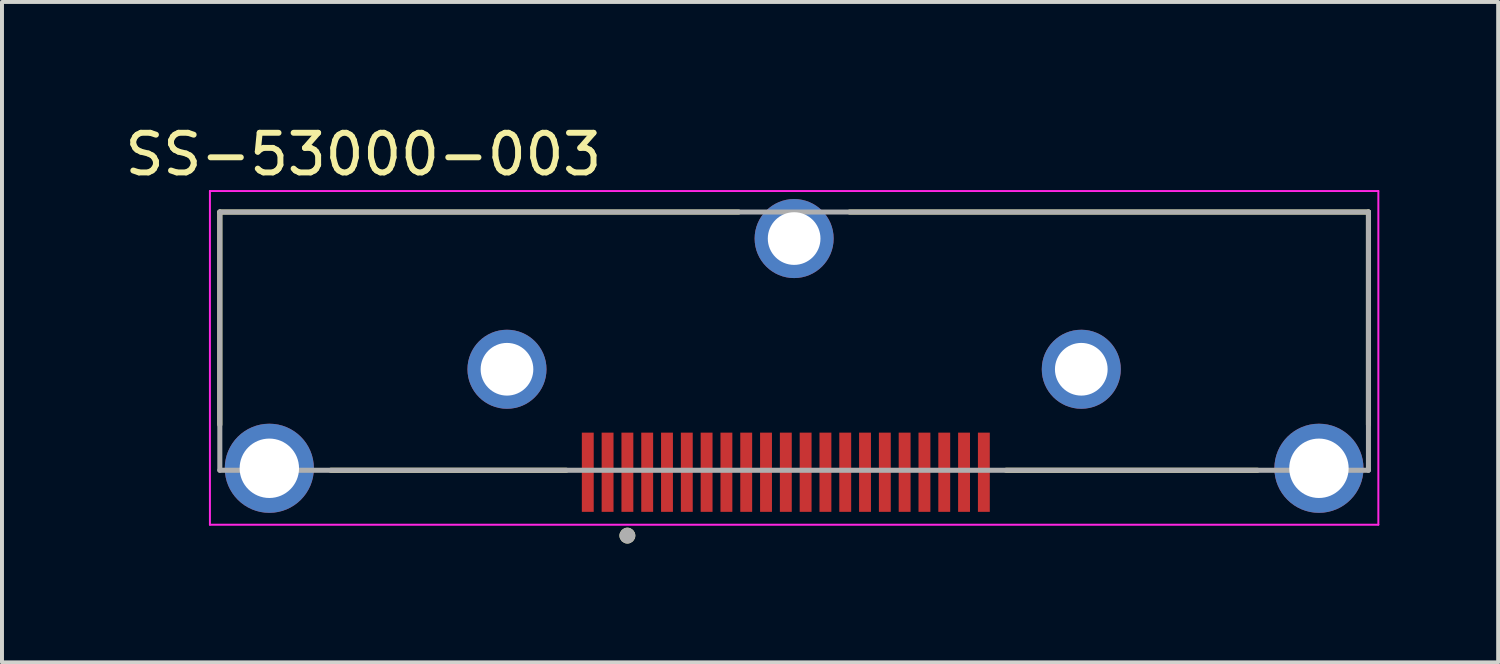
<source format=kicad_pcb>
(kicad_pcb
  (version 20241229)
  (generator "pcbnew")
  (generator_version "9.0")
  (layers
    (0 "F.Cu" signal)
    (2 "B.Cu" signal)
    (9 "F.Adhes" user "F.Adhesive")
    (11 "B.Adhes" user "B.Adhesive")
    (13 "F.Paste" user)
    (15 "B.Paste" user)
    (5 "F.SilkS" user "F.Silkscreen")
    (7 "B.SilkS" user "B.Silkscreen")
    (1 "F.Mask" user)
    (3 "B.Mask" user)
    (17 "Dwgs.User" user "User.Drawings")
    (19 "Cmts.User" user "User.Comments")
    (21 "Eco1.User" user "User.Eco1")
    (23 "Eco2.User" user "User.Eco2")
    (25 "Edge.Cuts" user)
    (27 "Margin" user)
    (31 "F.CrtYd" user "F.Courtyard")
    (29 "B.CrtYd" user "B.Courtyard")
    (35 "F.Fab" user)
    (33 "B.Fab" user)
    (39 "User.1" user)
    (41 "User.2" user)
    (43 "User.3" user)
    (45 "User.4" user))
  (footprint "SS-53000-003"
    (layer "F.Cu")
    (at 17 8.873)
    (property "Reference" "SS-53000-003" (at -10.875 -8.025 0) (layer "F.SilkS") (effects (font (size 1 1) (thickness 0.15))))
    (attr through_hole)
    (fp_line (start -14.5 -6.57) (end -1.4 -6.57) (stroke (width 0.127) (type solid)) (layer "F.SilkS"))
    (fp_line (start -14.5 -1.2) (end -14.5 -6.57) (stroke (width 0.127) (type solid)) (layer "F.SilkS"))
    (fp_line (start -11.7 -0.05) (end -5.75 -0.05) (stroke (width 0.127) (type solid)) (layer "F.SilkS"))
    (fp_line (start 1.4 -6.57) (end 14.5 -6.57) (stroke (width 0.127) (type solid)) (layer "F.SilkS"))
    (fp_line (start 5.35 -0.05) (end 11.7 -0.05) (stroke (width 0.127) (type solid)) (layer "F.SilkS"))
    (fp_line (start 14.5 -6.57) (end 14.5 -1.2) (stroke (width 0.127) (type solid)) (layer "F.SilkS"))
    (fp_circle (center -4.21 1.6) (end -4.11 1.6) (stroke (width 0.2) (type solid)) (fill no) (layer "F.SilkS"))
    (fp_line (start -14.75 -7.1) (end 14.75 -7.1) (stroke (width 0.05) (type solid)) (layer "F.CrtYd"))
    (fp_line (start -14.75 1.325) (end -14.75 -7.1) (stroke (width 0.05) (type solid)) (layer "F.CrtYd"))
    (fp_line (start 14.75 -7.1) (end 14.75 1.325) (stroke (width 0.05) (type solid)) (layer "F.CrtYd"))
    (fp_line (start 14.75 1.325) (end -14.75 1.325) (stroke (width 0.05) (type solid)) (layer "F.CrtYd"))
    (fp_line (start -14.5 -6.57) (end 14.5 -6.57) (stroke (width 0.127) (type solid)) (layer "F.Fab"))
    (fp_line (start -14.5 -0.05) (end -14.5 -6.57) (stroke (width 0.127) (type solid)) (layer "F.Fab"))
    (fp_line (start 14.5 -6.57) (end 14.5 -0.05) (stroke (width 0.127) (type solid)) (layer "F.Fab"))
    (fp_line (start 14.5 -0.05) (end -14.5 -0.05) (stroke (width 0.127) (type solid)) (layer "F.Fab"))
    (fp_circle (center -4.21 1.6) (end -4.11 1.6) (stroke (width 0.2) (type solid)) (fill no) (layer "F.Fab"))
    (pad "1" smd rect (at -4.21 0) (size 0.3 2) (layers "F.Cu" "F.Mask" "F.Paste"))
    (pad "2" smd rect (at -3.71 0) (size 0.3 2) (layers "F.Cu" "F.Mask" "F.Paste"))
    (pad "3" smd rect (at -3.21 0) (size 0.3 2) (layers "F.Cu" "F.Mask" "F.Paste"))
    (pad "4" smd rect (at -2.71 0) (size 0.3 2) (layers "F.Cu" "F.Mask" "F.Paste"))
    (pad "5" smd rect (at -2.21 0) (size 0.3 2) (layers "F.Cu" "F.Mask" "F.Paste"))
    (pad "6" smd rect (at -1.71 0) (size 0.3 2) (layers "F.Cu" "F.Mask" "F.Paste"))
    (pad "7" smd rect (at -1.21 0) (size 0.3 2) (layers "F.Cu" "F.Mask" "F.Paste"))
    (pad "8" smd rect (at -0.71 0) (size 0.3 2) (layers "F.Cu" "F.Mask" "F.Paste"))
    (pad "9" smd rect (at -0.21 0) (size 0.3 2) (layers "F.Cu" "F.Mask" "F.Paste"))
    (pad "10" smd rect (at 0.29 0) (size 0.3 2) (layers "F.Cu" "F.Mask" "F.Paste"))
    (pad "11" smd rect (at 0.79 0) (size 0.3 2) (layers "F.Cu" "F.Mask" "F.Paste"))
    (pad "12" smd rect (at 1.29 0) (size 0.3 2) (layers "F.Cu" "F.Mask" "F.Paste"))
    (pad "13" smd rect (at 1.79 0) (size 0.3 2) (layers "F.Cu" "F.Mask" "F.Paste"))
    (pad "14" smd rect (at 2.29 0) (size 0.3 2) (layers "F.Cu" "F.Mask" "F.Paste"))
    (pad "15" smd rect (at 2.79 0) (size 0.3 2) (layers "F.Cu" "F.Mask" "F.Paste"))
    (pad "16" smd rect (at 3.29 0) (size 0.3 2) (layers "F.Cu" "F.Mask" "F.Paste"))
    (pad "17" smd rect (at 3.79 0) (size 0.3 2) (layers "F.Cu" "F.Mask" "F.Paste"))
    (pad "18" smd rect (at 4.29 0) (size 0.3 2) (layers "F.Cu" "F.Mask" "F.Paste"))
    (pad "19" smd rect (at 4.79 0) (size 0.3 2) (layers "F.Cu" "F.Mask" "F.Paste"))
    (pad "G1" smd rect (at -5.21 0) (size 0.3 2) (layers "F.Cu" "F.Mask" "F.Paste"))
    (pad "G2" smd rect (at -4.71 0) (size 0.3 2) (layers "F.Cu" "F.Mask" "F.Paste"))
    (pad "S1" thru_hole circle (at -13.25 -0.1) (size 2.25 2.25) (drill 1.5) (layers "*.Cu" "*.Mask"))
    (pad "S2" thru_hole circle (at -7.25 -2.6) (size 1.995 1.995) (drill 1.33) (layers "*.Cu" "*.Mask"))
    (pad "S3" thru_hole circle (at 0 -5.9) (size 1.995 1.995) (drill 1.33) (layers "*.Cu" "*.Mask"))
    (pad "S4" thru_hole circle (at 7.25 -2.6) (size 1.995 1.995) (drill 1.33) (layers "*.Cu" "*.Mask"))
    (pad "S5" thru_hole circle (at 13.25 -0.1) (size 2.25 2.25) (drill 1.5) (layers "*.Cu" "*.Mask")))
  (gr_rect
    (start -3 -3)
    (end 34.775 13.673)
    (stroke (width 0.1) (type default))
    (fill no)
    (layer "Edge.Cuts")))
</source>
